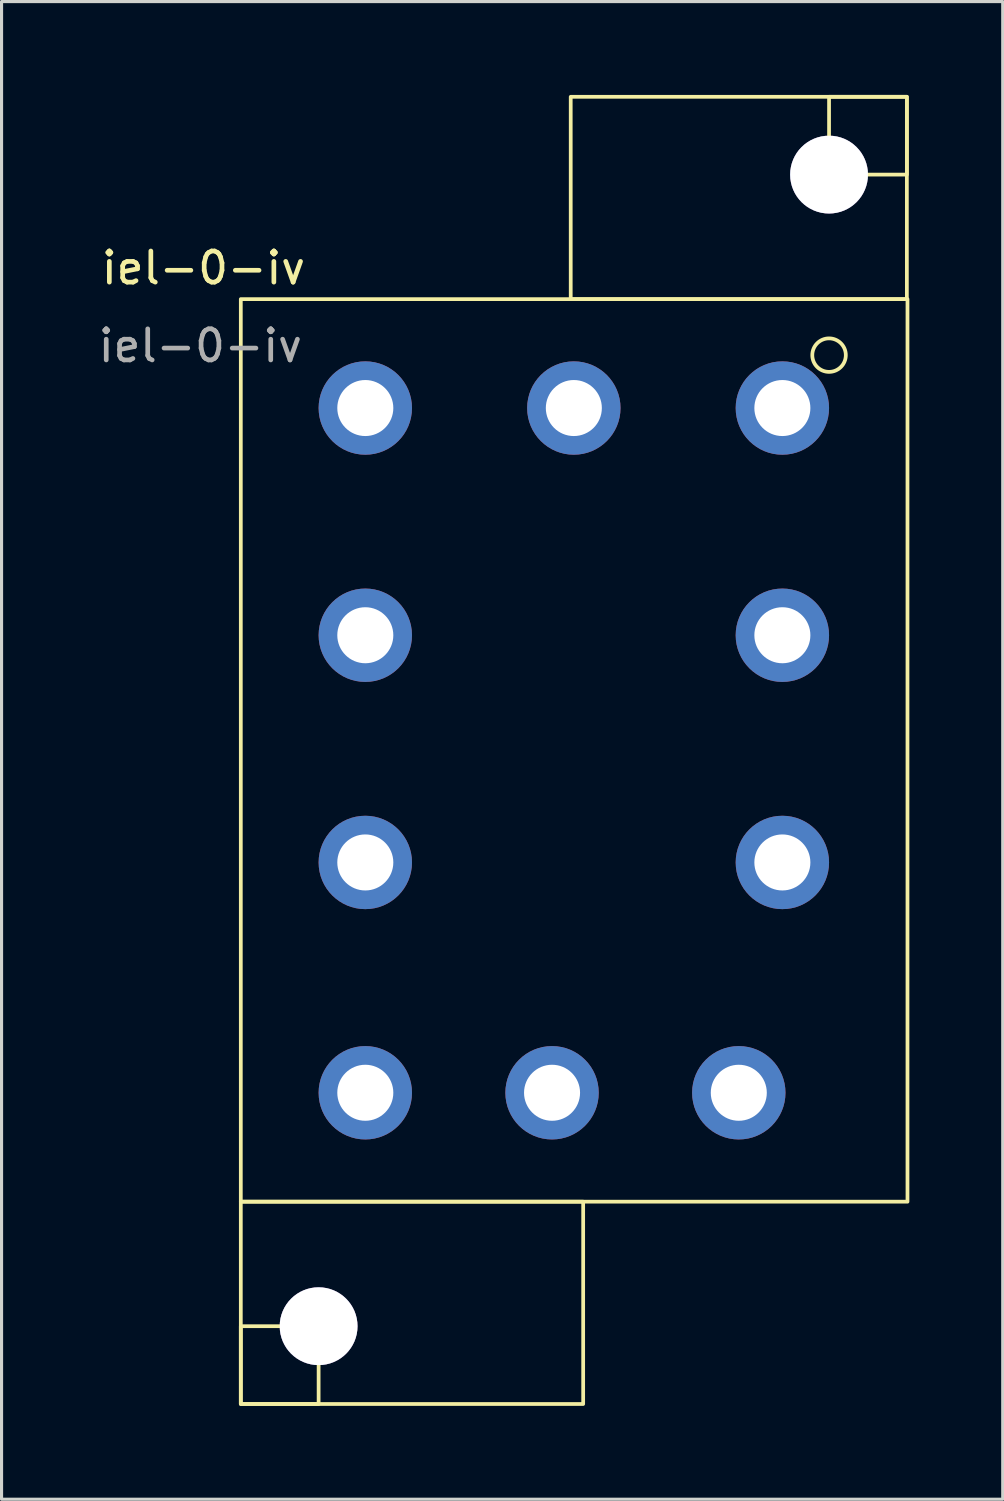
<source format=kicad_pcb>
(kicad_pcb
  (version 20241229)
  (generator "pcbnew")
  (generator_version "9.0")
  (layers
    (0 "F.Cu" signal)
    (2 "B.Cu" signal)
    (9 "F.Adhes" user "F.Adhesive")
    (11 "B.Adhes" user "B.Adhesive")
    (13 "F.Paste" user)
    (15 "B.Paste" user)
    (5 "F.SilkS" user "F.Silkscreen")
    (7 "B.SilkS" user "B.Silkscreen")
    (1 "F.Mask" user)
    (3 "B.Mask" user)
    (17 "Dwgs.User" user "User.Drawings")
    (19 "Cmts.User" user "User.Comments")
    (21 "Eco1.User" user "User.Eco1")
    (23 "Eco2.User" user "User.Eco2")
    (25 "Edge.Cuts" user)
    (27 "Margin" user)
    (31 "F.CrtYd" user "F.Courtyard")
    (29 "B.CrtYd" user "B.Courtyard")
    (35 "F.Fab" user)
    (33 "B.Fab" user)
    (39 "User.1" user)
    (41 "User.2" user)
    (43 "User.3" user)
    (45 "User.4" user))
  (footprint "iel-0-iv"
    (layer "F.Cu")
    (at 4.687 6.56)
    (property "Reference" "iel-0-iv" (at -1.2 -1 0) (unlocked yes) (layer "F.SilkS") (effects (font (size 1 1) (thickness 0.15))))
    (attr through_hole)
    (fp_rect (start 0 0) (end 21.42 29) (stroke (width 0.12) (type solid)) (fill no) (layer "F.SilkS"))
    (fp_rect (start 0 29) (end 11 35.5) (stroke (width 0.12) (type solid)) (fill no) (layer "F.SilkS"))
    (fp_rect (start 0 35.5) (end 2.5 33) (stroke (width 0.12) (type solid)) (fill no) (layer "F.SilkS"))
    (fp_rect (start 21.4 -6.5) (end 18.9 -4) (stroke (width 0.12) (type solid)) (fill no) (layer "F.SilkS"))
    (fp_rect (start 21.4 0) (end 10.6 -6.5) (stroke (width 0.12) (type solid)) (fill no) (layer "F.SilkS"))
    (fp_circle (center 18.9 1.8) (end 19.4 2) (stroke (width 0.12) (type solid)) (fill no) (layer "F.SilkS"))
    (fp_text user "${REFERENCE}" (at -1.3 1.5 0) (unlocked yes) (layer "F.Fab") (effects (font (size 1 1) (thickness 0.15))))
    (pad "" thru_hole circle (at 2.5 33) (size 2.5 2.5) (drill 2.5) (layers "*.Cu" "*.Mask"))
    (pad "" thru_hole circle (at 18.9 -4) (size 2.5 2.5) (drill 2.5) (layers "*.Cu" "*.Mask"))
    (pad "0" thru_hole circle (at 17.4 3.5) (size 3 3) (drill 1.8) (layers "*.Cu" "*.Mask"))
    (pad "1" thru_hole circle (at 10.7 3.5) (size 3 3) (drill 1.8) (layers "*.Cu" "*.Mask"))
    (pad "2" thru_hole circle (at 4 3.5) (size 3 3) (drill 1.8) (layers "*.Cu" "*.Mask"))
    (pad "3" thru_hole circle (at 4 10.8) (size 3 3) (drill 1.8) (layers "*.Cu" "*.Mask"))
    (pad "4" thru_hole circle (at 4 18.1) (size 3 3) (drill 1.8) (layers "*.Cu" "*.Mask"))
    (pad "5" thru_hole circle (at 4 25.5) (size 3 3) (drill 1.8) (layers "*.Cu" "*.Mask"))
    (pad "6" thru_hole circle (at 10 25.5) (size 3 3) (drill 1.8) (layers "*.Cu" "*.Mask"))
    (pad "7" thru_hole circle (at 16 25.5) (size 3 3) (drill 1.8) (layers "*.Cu" "*.Mask"))
    (pad "8" thru_hole circle (at 17.4 18.1) (size 3 3) (drill 1.8) (layers "*.Cu" "*.Mask"))
    (pad "9" thru_hole circle (at 17.4 10.8) (size 3 3) (drill 1.8) (layers "*.Cu" "*.Mask")))
  (gr_rect
    (start -3 -3)
    (end 29.167 45.12)
    (stroke (width 0.1) (type default))
    (fill no)
    (layer "Edge.Cuts")))
</source>
